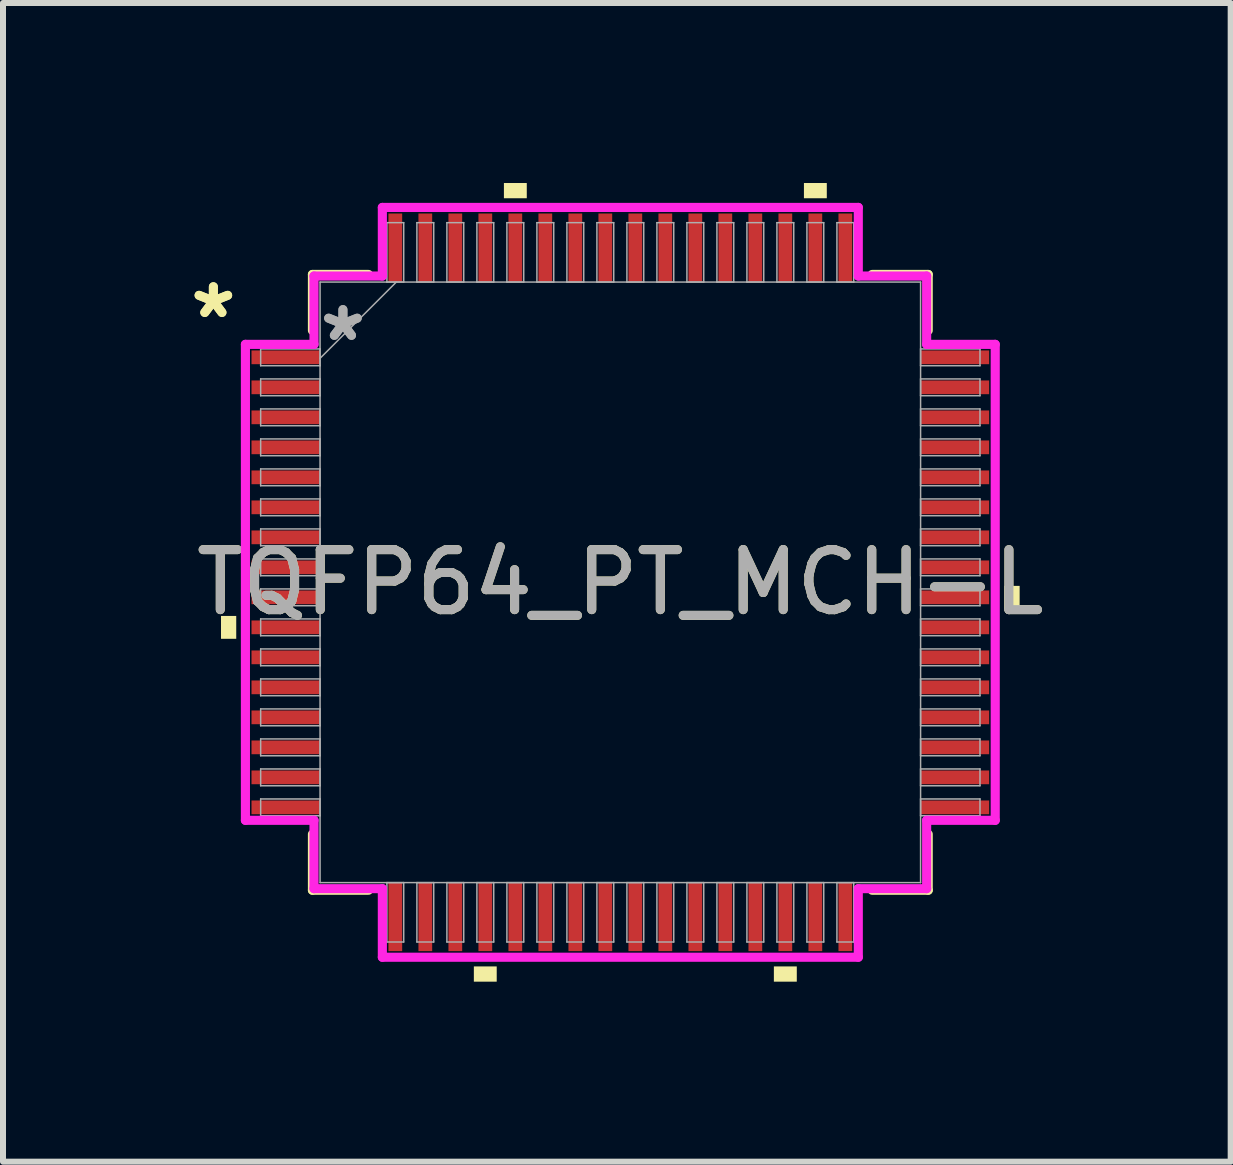
<source format=kicad_pcb>
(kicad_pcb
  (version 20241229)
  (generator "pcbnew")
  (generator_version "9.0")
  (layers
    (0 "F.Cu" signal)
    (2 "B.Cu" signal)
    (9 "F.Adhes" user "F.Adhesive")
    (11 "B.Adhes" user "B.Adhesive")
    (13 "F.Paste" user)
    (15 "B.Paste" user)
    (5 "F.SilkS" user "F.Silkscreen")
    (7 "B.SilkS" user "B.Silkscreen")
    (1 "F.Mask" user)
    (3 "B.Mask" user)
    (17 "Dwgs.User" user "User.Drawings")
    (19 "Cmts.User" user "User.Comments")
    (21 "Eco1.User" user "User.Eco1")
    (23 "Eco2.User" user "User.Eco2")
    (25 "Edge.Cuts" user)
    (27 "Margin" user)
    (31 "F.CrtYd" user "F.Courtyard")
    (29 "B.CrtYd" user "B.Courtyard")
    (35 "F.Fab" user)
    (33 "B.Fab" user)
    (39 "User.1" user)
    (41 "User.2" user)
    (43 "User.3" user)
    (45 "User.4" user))
  (footprint "TQFP64_PT_MCH-L"
    (layer "F.Cu")
    (at 7.288 6.655)
    (property "Reference" "TQFP64_PT_MCH-L" (at 0 0 0) (unlocked yes) (layer "F.SilkS") (effects (font (size 1 1) (thickness 0.15))))
    (attr smd)
    (fp_line (start -5.131 -5.131) (end -5.131 -4.197) (stroke (width 0.152) (type solid)) (layer "F.SilkS"))
    (fp_line (start -5.131 4.197) (end -5.131 5.131) (stroke (width 0.152) (type solid)) (layer "F.SilkS"))
    (fp_line (start -5.131 5.131) (end -4.197 5.131) (stroke (width 0.152) (type solid)) (layer "F.SilkS"))
    (fp_line (start -4.197 -5.131) (end -5.131 -5.131) (stroke (width 0.152) (type solid)) (layer "F.SilkS"))
    (fp_line (start 4.197 5.131) (end 5.131 5.131) (stroke (width 0.152) (type solid)) (layer "F.SilkS"))
    (fp_line (start 5.131 -5.131) (end 4.197 -5.131) (stroke (width 0.152) (type solid)) (layer "F.SilkS"))
    (fp_line (start 5.131 -4.197) (end 5.131 -5.131) (stroke (width 0.152) (type solid)) (layer "F.SilkS"))
    (fp_line (start 5.131 5.131) (end 5.131 4.197) (stroke (width 0.152) (type solid)) (layer "F.SilkS"))
    (fp_poly (pts (xy -6.655 0.56) (xy -6.655 0.941) (xy -6.401 0.941) (xy -6.401 0.56)) (stroke (width 0) (type solid)) (fill yes) (layer "F.SilkS"))
    (fp_poly (pts (xy -2.441 6.401) (xy -2.441 6.655) (xy -2.06 6.655) (xy -2.06 6.401)) (stroke (width 0) (type solid)) (fill yes) (layer "F.SilkS"))
    (fp_poly (pts (xy -1.94 -6.401) (xy -1.94 -6.655) (xy -1.559 -6.655) (xy -1.559 -6.401)) (stroke (width 0) (type solid)) (fill yes) (layer "F.SilkS"))
    (fp_poly (pts (xy 2.559 6.401) (xy 2.559 6.655) (xy 2.941 6.655) (xy 2.941 6.401)) (stroke (width 0) (type solid)) (fill yes) (layer "F.SilkS"))
    (fp_poly (pts (xy 3.06 -6.401) (xy 3.06 -6.655) (xy 3.441 -6.655) (xy 3.441 -6.401)) (stroke (width 0) (type solid)) (fill yes) (layer "F.SilkS"))
    (fp_poly (pts (xy 6.655 0.059) (xy 6.655 0.441) (xy 6.401 0.441) (xy 6.401 0.059)) (stroke (width 0) (type solid)) (fill yes) (layer "F.SilkS"))
    (fp_line (start -6.248 -3.966) (end -5.105 -3.966) (stroke (width 0.152) (type solid)) (layer "F.CrtYd"))
    (fp_line (start -6.248 3.966) (end -6.248 -3.966) (stroke (width 0.152) (type solid)) (layer "F.CrtYd"))
    (fp_line (start -5.105 -5.105) (end -3.966 -5.105) (stroke (width 0.152) (type solid)) (layer "F.CrtYd"))
    (fp_line (start -5.105 -3.966) (end -5.105 -5.105) (stroke (width 0.152) (type solid)) (layer "F.CrtYd"))
    (fp_line (start -5.105 3.966) (end -6.248 3.966) (stroke (width 0.152) (type solid)) (layer "F.CrtYd"))
    (fp_line (start -5.105 5.105) (end -5.105 3.966) (stroke (width 0.152) (type solid)) (layer "F.CrtYd"))
    (fp_line (start -5.105 5.105) (end -3.966 5.105) (stroke (width 0.152) (type solid)) (layer "F.CrtYd"))
    (fp_line (start -3.966 -6.248) (end 3.966 -6.248) (stroke (width 0.152) (type solid)) (layer "F.CrtYd"))
    (fp_line (start -3.966 -5.105) (end -3.966 -6.248) (stroke (width 0.152) (type solid)) (layer "F.CrtYd"))
    (fp_line (start -3.966 5.105) (end -3.966 6.248) (stroke (width 0.152) (type solid)) (layer "F.CrtYd"))
    (fp_line (start -3.966 6.248) (end 3.966 6.248) (stroke (width 0.152) (type solid)) (layer "F.CrtYd"))
    (fp_line (start 3.966 -6.248) (end 3.966 -5.105) (stroke (width 0.152) (type solid)) (layer "F.CrtYd"))
    (fp_line (start 3.966 -5.105) (end 5.105 -5.105) (stroke (width 0.152) (type solid)) (layer "F.CrtYd"))
    (fp_line (start 3.966 5.105) (end 5.105 5.105) (stroke (width 0.152) (type solid)) (layer "F.CrtYd"))
    (fp_line (start 3.966 6.248) (end 3.966 5.105) (stroke (width 0.152) (type solid)) (layer "F.CrtYd"))
    (fp_line (start 5.105 -3.966) (end 5.105 -5.105) (stroke (width 0.152) (type solid)) (layer "F.CrtYd"))
    (fp_line (start 5.105 3.966) (end 6.248 3.966) (stroke (width 0.152) (type solid)) (layer "F.CrtYd"))
    (fp_line (start 5.105 5.105) (end 5.105 3.966) (stroke (width 0.152) (type solid)) (layer "F.CrtYd"))
    (fp_line (start 6.248 -3.966) (end 5.105 -3.966) (stroke (width 0.152) (type solid)) (layer "F.CrtYd"))
    (fp_line (start 6.248 3.966) (end 6.248 -3.966) (stroke (width 0.152) (type solid)) (layer "F.CrtYd"))
    (fp_line (start -5.994 -3.89) (end -5.994 -3.61) (stroke (width 0.025) (type solid)) (layer "F.Fab"))
    (fp_line (start -5.994 -3.61) (end -5.004 -3.61) (stroke (width 0.025) (type solid)) (layer "F.Fab"))
    (fp_line (start -5.994 -3.39) (end -5.994 -3.11) (stroke (width 0.025) (type solid)) (layer "F.Fab"))
    (fp_line (start -5.994 -3.11) (end -5.004 -3.11) (stroke (width 0.025) (type solid)) (layer "F.Fab"))
    (fp_line (start -5.994 -2.89) (end -5.994 -2.61) (stroke (width 0.025) (type solid)) (layer "F.Fab"))
    (fp_line (start -5.994 -2.61) (end -5.004 -2.61) (stroke (width 0.025) (type solid)) (layer "F.Fab"))
    (fp_line (start -5.994 -2.39) (end -5.994 -2.11) (stroke (width 0.025) (type solid)) (layer "F.Fab"))
    (fp_line (start -5.994 -2.11) (end -5.004 -2.11) (stroke (width 0.025) (type solid)) (layer "F.Fab"))
    (fp_line (start -5.994 -1.89) (end -5.994 -1.61) (stroke (width 0.025) (type solid)) (layer "F.Fab"))
    (fp_line (start -5.994 -1.61) (end -5.004 -1.61) (stroke (width 0.025) (type solid)) (layer "F.Fab"))
    (fp_line (start -5.994 -1.39) (end -5.994 -1.11) (stroke (width 0.025) (type solid)) (layer "F.Fab"))
    (fp_line (start -5.994 -1.11) (end -5.004 -1.11) (stroke (width 0.025) (type solid)) (layer "F.Fab"))
    (fp_line (start -5.994 -0.89) (end -5.994 -0.61) (stroke (width 0.025) (type solid)) (layer "F.Fab"))
    (fp_line (start -5.994 -0.61) (end -5.004 -0.61) (stroke (width 0.025) (type solid)) (layer "F.Fab"))
    (fp_line (start -5.994 -0.39) (end -5.994 -0.11) (stroke (width 0.025) (type solid)) (layer "F.Fab"))
    (fp_line (start -5.994 -0.11) (end -5.004 -0.11) (stroke (width 0.025) (type solid)) (layer "F.Fab"))
    (fp_line (start -5.994 0.11) (end -5.994 0.39) (stroke (width 0.025) (type solid)) (layer "F.Fab"))
    (fp_line (start -5.994 0.39) (end -5.004 0.39) (stroke (width 0.025) (type solid)) (layer "F.Fab"))
    (fp_line (start -5.994 0.61) (end -5.994 0.89) (stroke (width 0.025) (type solid)) (layer "F.Fab"))
    (fp_line (start -5.994 0.89) (end -5.004 0.89) (stroke (width 0.025) (type solid)) (layer "F.Fab"))
    (fp_line (start -5.994 1.11) (end -5.994 1.39) (stroke (width 0.025) (type solid)) (layer "F.Fab"))
    (fp_line (start -5.994 1.39) (end -5.004 1.39) (stroke (width 0.025) (type solid)) (layer "F.Fab"))
    (fp_line (start -5.994 1.61) (end -5.994 1.89) (stroke (width 0.025) (type solid)) (layer "F.Fab"))
    (fp_line (start -5.994 1.89) (end -5.004 1.89) (stroke (width 0.025) (type solid)) (layer "F.Fab"))
    (fp_line (start -5.994 2.11) (end -5.994 2.39) (stroke (width 0.025) (type solid)) (layer "F.Fab"))
    (fp_line (start -5.994 2.39) (end -5.004 2.39) (stroke (width 0.025) (type solid)) (layer "F.Fab"))
    (fp_line (start -5.994 2.61) (end -5.994 2.89) (stroke (width 0.025) (type solid)) (layer "F.Fab"))
    (fp_line (start -5.994 2.89) (end -5.004 2.89) (stroke (width 0.025) (type solid)) (layer "F.Fab"))
    (fp_line (start -5.994 3.11) (end -5.994 3.39) (stroke (width 0.025) (type solid)) (layer "F.Fab"))
    (fp_line (start -5.994 3.39) (end -5.004 3.39) (stroke (width 0.025) (type solid)) (layer "F.Fab"))
    (fp_line (start -5.994 3.61) (end -5.994 3.89) (stroke (width 0.025) (type solid)) (layer "F.Fab"))
    (fp_line (start -5.994 3.89) (end -5.004 3.89) (stroke (width 0.025) (type solid)) (layer "F.Fab"))
    (fp_line (start -5.004 -5.004) (end -5.004 5.004) (stroke (width 0.025) (type solid)) (layer "F.Fab"))
    (fp_line (start -5.004 -3.89) (end -5.994 -3.89) (stroke (width 0.025) (type solid)) (layer "F.Fab"))
    (fp_line (start -5.004 -3.734) (end -3.734 -5.004) (stroke (width 0.025) (type solid)) (layer "F.Fab"))
    (fp_line (start -5.004 -3.61) (end -5.004 -3.89) (stroke (width 0.025) (type solid)) (layer "F.Fab"))
    (fp_line (start -5.004 -3.39) (end -5.994 -3.39) (stroke (width 0.025) (type solid)) (layer "F.Fab"))
    (fp_line (start -5.004 -3.11) (end -5.004 -3.39) (stroke (width 0.025) (type solid)) (layer "F.Fab"))
    (fp_line (start -5.004 -2.89) (end -5.994 -2.89) (stroke (width 0.025) (type solid)) (layer "F.Fab"))
    (fp_line (start -5.004 -2.61) (end -5.004 -2.89) (stroke (width 0.025) (type solid)) (layer "F.Fab"))
    (fp_line (start -5.004 -2.39) (end -5.994 -2.39) (stroke (width 0.025) (type solid)) (layer "F.Fab"))
    (fp_line (start -5.004 -2.11) (end -5.004 -2.39) (stroke (width 0.025) (type solid)) (layer "F.Fab"))
    (fp_line (start -5.004 -1.89) (end -5.994 -1.89) (stroke (width 0.025) (type solid)) (layer "F.Fab"))
    (fp_line (start -5.004 -1.61) (end -5.004 -1.89) (stroke (width 0.025) (type solid)) (layer "F.Fab"))
    (fp_line (start -5.004 -1.39) (end -5.994 -1.39) (stroke (width 0.025) (type solid)) (layer "F.Fab"))
    (fp_line (start -5.004 -1.11) (end -5.004 -1.39) (stroke (width 0.025) (type solid)) (layer "F.Fab"))
    (fp_line (start -5.004 -0.89) (end -5.994 -0.89) (stroke (width 0.025) (type solid)) (layer "F.Fab"))
    (fp_line (start -5.004 -0.61) (end -5.004 -0.89) (stroke (width 0.025) (type solid)) (layer "F.Fab"))
    (fp_line (start -5.004 -0.39) (end -5.994 -0.39) (stroke (width 0.025) (type solid)) (layer "F.Fab"))
    (fp_line (start -5.004 -0.11) (end -5.004 -0.39) (stroke (width 0.025) (type solid)) (layer "F.Fab"))
    (fp_line (start -5.004 0.11) (end -5.994 0.11) (stroke (width 0.025) (type solid)) (layer "F.Fab"))
    (fp_line (start -5.004 0.39) (end -5.004 0.11) (stroke (width 0.025) (type solid)) (layer "F.Fab"))
    (fp_line (start -5.004 0.61) (end -5.994 0.61) (stroke (width 0.025) (type solid)) (layer "F.Fab"))
    (fp_line (start -5.004 0.89) (end -5.004 0.61) (stroke (width 0.025) (type solid)) (layer "F.Fab"))
    (fp_line (start -5.004 1.11) (end -5.994 1.11) (stroke (width 0.025) (type solid)) (layer "F.Fab"))
    (fp_line (start -5.004 1.39) (end -5.004 1.11) (stroke (width 0.025) (type solid)) (layer "F.Fab"))
    (fp_line (start -5.004 1.61) (end -5.994 1.61) (stroke (width 0.025) (type solid)) (layer "F.Fab"))
    (fp_line (start -5.004 1.89) (end -5.004 1.61) (stroke (width 0.025) (type solid)) (layer "F.Fab"))
    (fp_line (start -5.004 2.11) (end -5.994 2.11) (stroke (width 0.025) (type solid)) (layer "F.Fab"))
    (fp_line (start -5.004 2.39) (end -5.004 2.11) (stroke (width 0.025) (type solid)) (layer "F.Fab"))
    (fp_line (start -5.004 2.61) (end -5.994 2.61) (stroke (width 0.025) (type solid)) (layer "F.Fab"))
    (fp_line (start -5.004 2.89) (end -5.004 2.61) (stroke (width 0.025) (type solid)) (layer "F.Fab"))
    (fp_line (start -5.004 3.11) (end -5.994 3.11) (stroke (width 0.025) (type solid)) (layer "F.Fab"))
    (fp_line (start -5.004 3.39) (end -5.004 3.11) (stroke (width 0.025) (type solid)) (layer "F.Fab"))
    (fp_line (start -5.004 3.61) (end -5.994 3.61) (stroke (width 0.025) (type solid)) (layer "F.Fab"))
    (fp_line (start -5.004 3.89) (end -5.004 3.61) (stroke (width 0.025) (type solid)) (layer "F.Fab"))
    (fp_line (start -5.004 5.004) (end 5.004 5.004) (stroke (width 0.025) (type solid)) (layer "F.Fab"))
    (fp_line (start -3.89 -5.994) (end -3.89 -5.004) (stroke (width 0.025) (type solid)) (layer "F.Fab"))
    (fp_line (start -3.89 -5.004) (end -3.61 -5.004) (stroke (width 0.025) (type solid)) (layer "F.Fab"))
    (fp_line (start -3.89 5.004) (end -3.89 5.994) (stroke (width 0.025) (type solid)) (layer "F.Fab"))
    (fp_line (start -3.89 5.994) (end -3.61 5.994) (stroke (width 0.025) (type solid)) (layer "F.Fab"))
    (fp_line (start -3.61 -5.994) (end -3.89 -5.994) (stroke (width 0.025) (type solid)) (layer "F.Fab"))
    (fp_line (start -3.61 -5.004) (end -3.61 -5.994) (stroke (width 0.025) (type solid)) (layer "F.Fab"))
    (fp_line (start -3.61 5.004) (end -3.89 5.004) (stroke (width 0.025) (type solid)) (layer "F.Fab"))
    (fp_line (start -3.61 5.994) (end -3.61 5.004) (stroke (width 0.025) (type solid)) (layer "F.Fab"))
    (fp_line (start -3.39 -5.994) (end -3.39 -5.004) (stroke (width 0.025) (type solid)) (layer "F.Fab"))
    (fp_line (start -3.39 -5.004) (end -3.11 -5.004) (stroke (width 0.025) (type solid)) (layer "F.Fab"))
    (fp_line (start -3.39 5.004) (end -3.39 5.994) (stroke (width 0.025) (type solid)) (layer "F.Fab"))
    (fp_line (start -3.39 5.994) (end -3.11 5.994) (stroke (width 0.025) (type solid)) (layer "F.Fab"))
    (fp_line (start -3.11 -5.994) (end -3.39 -5.994) (stroke (width 0.025) (type solid)) (layer "F.Fab"))
    (fp_line (start -3.11 -5.004) (end -3.11 -5.994) (stroke (width 0.025) (type solid)) (layer "F.Fab"))
    (fp_line (start -3.11 5.004) (end -3.39 5.004) (stroke (width 0.025) (type solid)) (layer "F.Fab"))
    (fp_line (start -3.11 5.994) (end -3.11 5.004) (stroke (width 0.025) (type solid)) (layer "F.Fab"))
    (fp_line (start -2.89 -5.994) (end -2.89 -5.004) (stroke (width 0.025) (type solid)) (layer "F.Fab"))
    (fp_line (start -2.89 -5.004) (end -2.61 -5.004) (stroke (width 0.025) (type solid)) (layer "F.Fab"))
    (fp_line (start -2.89 5.004) (end -2.89 5.994) (stroke (width 0.025) (type solid)) (layer "F.Fab"))
    (fp_line (start -2.89 5.994) (end -2.61 5.994) (stroke (width 0.025) (type solid)) (layer "F.Fab"))
    (fp_line (start -2.61 -5.994) (end -2.89 -5.994) (stroke (width 0.025) (type solid)) (layer "F.Fab"))
    (fp_line (start -2.61 -5.004) (end -2.61 -5.994) (stroke (width 0.025) (type solid)) (layer "F.Fab"))
    (fp_line (start -2.61 5.004) (end -2.89 5.004) (stroke (width 0.025) (type solid)) (layer "F.Fab"))
    (fp_line (start -2.61 5.994) (end -2.61 5.004) (stroke (width 0.025) (type solid)) (layer "F.Fab"))
    (fp_line (start -2.39 -5.994) (end -2.39 -5.004) (stroke (width 0.025) (type solid)) (layer "F.Fab"))
    (fp_line (start -2.39 -5.004) (end -2.11 -5.004) (stroke (width 0.025) (type solid)) (layer "F.Fab"))
    (fp_line (start -2.39 5.004) (end -2.39 5.994) (stroke (width 0.025) (type solid)) (layer "F.Fab"))
    (fp_line (start -2.39 5.994) (end -2.11 5.994) (stroke (width 0.025) (type solid)) (layer "F.Fab"))
    (fp_line (start -2.11 -5.994) (end -2.39 -5.994) (stroke (width 0.025) (type solid)) (layer "F.Fab"))
    (fp_line (start -2.11 -5.004) (end -2.11 -5.994) (stroke (width 0.025) (type solid)) (layer "F.Fab"))
    (fp_line (start -2.11 5.004) (end -2.39 5.004) (stroke (width 0.025) (type solid)) (layer "F.Fab"))
    (fp_line (start -2.11 5.994) (end -2.11 5.004) (stroke (width 0.025) (type solid)) (layer "F.Fab"))
    (fp_line (start -1.89 -5.994) (end -1.89 -5.004) (stroke (width 0.025) (type solid)) (layer "F.Fab"))
    (fp_line (start -1.89 -5.004) (end -1.61 -5.004) (stroke (width 0.025) (type solid)) (layer "F.Fab"))
    (fp_line (start -1.89 5.004) (end -1.89 5.994) (stroke (width 0.025) (type solid)) (layer "F.Fab"))
    (fp_line (start -1.89 5.994) (end -1.61 5.994) (stroke (width 0.025) (type solid)) (layer "F.Fab"))
    (fp_line (start -1.61 -5.994) (end -1.89 -5.994) (stroke (width 0.025) (type solid)) (layer "F.Fab"))
    (fp_line (start -1.61 -5.004) (end -1.61 -5.994) (stroke (width 0.025) (type solid)) (layer "F.Fab"))
    (fp_line (start -1.61 5.004) (end -1.89 5.004) (stroke (width 0.025) (type solid)) (layer "F.Fab"))
    (fp_line (start -1.61 5.994) (end -1.61 5.004) (stroke (width 0.025) (type solid)) (layer "F.Fab"))
    (fp_line (start -1.39 -5.994) (end -1.39 -5.004) (stroke (width 0.025) (type solid)) (layer "F.Fab"))
    (fp_line (start -1.39 -5.004) (end -1.11 -5.004) (stroke (width 0.025) (type solid)) (layer "F.Fab"))
    (fp_line (start -1.39 5.004) (end -1.39 5.994) (stroke (width 0.025) (type solid)) (layer "F.Fab"))
    (fp_line (start -1.39 5.994) (end -1.11 5.994) (stroke (width 0.025) (type solid)) (layer "F.Fab"))
    (fp_line (start -1.11 -5.994) (end -1.39 -5.994) (stroke (width 0.025) (type solid)) (layer "F.Fab"))
    (fp_line (start -1.11 -5.004) (end -1.11 -5.994) (stroke (width 0.025) (type solid)) (layer "F.Fab"))
    (fp_line (start -1.11 5.004) (end -1.39 5.004) (stroke (width 0.025) (type solid)) (layer "F.Fab"))
    (fp_line (start -1.11 5.994) (end -1.11 5.004) (stroke (width 0.025) (type solid)) (layer "F.Fab"))
    (fp_line (start -0.89 -5.994) (end -0.89 -5.004) (stroke (width 0.025) (type solid)) (layer "F.Fab"))
    (fp_line (start -0.89 -5.004) (end -0.61 -5.004) (stroke (width 0.025) (type solid)) (layer "F.Fab"))
    (fp_line (start -0.89 5.004) (end -0.89 5.994) (stroke (width 0.025) (type solid)) (layer "F.Fab"))
    (fp_line (start -0.89 5.994) (end -0.61 5.994) (stroke (width 0.025) (type solid)) (layer "F.Fab"))
    (fp_line (start -0.61 -5.994) (end -0.89 -5.994) (stroke (width 0.025) (type solid)) (layer "F.Fab"))
    (fp_line (start -0.61 -5.004) (end -0.61 -5.994) (stroke (width 0.025) (type solid)) (layer "F.Fab"))
    (fp_line (start -0.61 5.004) (end -0.89 5.004) (stroke (width 0.025) (type solid)) (layer "F.Fab"))
    (fp_line (start -0.61 5.994) (end -0.61 5.004) (stroke (width 0.025) (type solid)) (layer "F.Fab"))
    (fp_line (start -0.39 -5.994) (end -0.39 -5.004) (stroke (width 0.025) (type solid)) (layer "F.Fab"))
    (fp_line (start -0.39 -5.004) (end -0.11 -5.004) (stroke (width 0.025) (type solid)) (layer "F.Fab"))
    (fp_line (start -0.39 5.004) (end -0.39 5.994) (stroke (width 0.025) (type solid)) (layer "F.Fab"))
    (fp_line (start -0.39 5.994) (end -0.11 5.994) (stroke (width 0.025) (type solid)) (layer "F.Fab"))
    (fp_line (start -0.11 -5.994) (end -0.39 -5.994) (stroke (width 0.025) (type solid)) (layer "F.Fab"))
    (fp_line (start -0.11 -5.004) (end -0.11 -5.994) (stroke (width 0.025) (type solid)) (layer "F.Fab"))
    (fp_line (start -0.11 5.004) (end -0.39 5.004) (stroke (width 0.025) (type solid)) (layer "F.Fab"))
    (fp_line (start -0.11 5.994) (end -0.11 5.004) (stroke (width 0.025) (type solid)) (layer "F.Fab"))
    (fp_line (start 0.11 -5.994) (end 0.11 -5.004) (stroke (width 0.025) (type solid)) (layer "F.Fab"))
    (fp_line (start 0.11 -5.004) (end 0.39 -5.004) (stroke (width 0.025) (type solid)) (layer "F.Fab"))
    (fp_line (start 0.11 5.004) (end 0.11 5.994) (stroke (width 0.025) (type solid)) (layer "F.Fab"))
    (fp_line (start 0.11 5.994) (end 0.39 5.994) (stroke (width 0.025) (type solid)) (layer "F.Fab"))
    (fp_line (start 0.39 -5.994) (end 0.11 -5.994) (stroke (width 0.025) (type solid)) (layer "F.Fab"))
    (fp_line (start 0.39 -5.004) (end 0.39 -5.994) (stroke (width 0.025) (type solid)) (layer "F.Fab"))
    (fp_line (start 0.39 5.004) (end 0.11 5.004) (stroke (width 0.025) (type solid)) (layer "F.Fab"))
    (fp_line (start 0.39 5.994) (end 0.39 5.004) (stroke (width 0.025) (type solid)) (layer "F.Fab"))
    (fp_line (start 0.61 -5.994) (end 0.61 -5.004) (stroke (width 0.025) (type solid)) (layer "F.Fab"))
    (fp_line (start 0.61 -5.004) (end 0.89 -5.004) (stroke (width 0.025) (type solid)) (layer "F.Fab"))
    (fp_line (start 0.61 5.004) (end 0.61 5.994) (stroke (width 0.025) (type solid)) (layer "F.Fab"))
    (fp_line (start 0.61 5.994) (end 0.89 5.994) (stroke (width 0.025) (type solid)) (layer "F.Fab"))
    (fp_line (start 0.89 -5.994) (end 0.61 -5.994) (stroke (width 0.025) (type solid)) (layer "F.Fab"))
    (fp_line (start 0.89 -5.004) (end 0.89 -5.994) (stroke (width 0.025) (type solid)) (layer "F.Fab"))
    (fp_line (start 0.89 5.004) (end 0.61 5.004) (stroke (width 0.025) (type solid)) (layer "F.Fab"))
    (fp_line (start 0.89 5.994) (end 0.89 5.004) (stroke (width 0.025) (type solid)) (layer "F.Fab"))
    (fp_line (start 1.11 -5.994) (end 1.11 -5.004) (stroke (width 0.025) (type solid)) (layer "F.Fab"))
    (fp_line (start 1.11 -5.004) (end 1.39 -5.004) (stroke (width 0.025) (type solid)) (layer "F.Fab"))
    (fp_line (start 1.11 5.004) (end 1.11 5.994) (stroke (width 0.025) (type solid)) (layer "F.Fab"))
    (fp_line (start 1.11 5.994) (end 1.39 5.994) (stroke (width 0.025) (type solid)) (layer "F.Fab"))
    (fp_line (start 1.39 -5.994) (end 1.11 -5.994) (stroke (width 0.025) (type solid)) (layer "F.Fab"))
    (fp_line (start 1.39 -5.004) (end 1.39 -5.994) (stroke (width 0.025) (type solid)) (layer "F.Fab"))
    (fp_line (start 1.39 5.004) (end 1.11 5.004) (stroke (width 0.025) (type solid)) (layer "F.Fab"))
    (fp_line (start 1.39 5.994) (end 1.39 5.004) (stroke (width 0.025) (type solid)) (layer "F.Fab"))
    (fp_line (start 1.61 -5.994) (end 1.61 -5.004) (stroke (width 0.025) (type solid)) (layer "F.Fab"))
    (fp_line (start 1.61 -5.004) (end 1.89 -5.004) (stroke (width 0.025) (type solid)) (layer "F.Fab"))
    (fp_line (start 1.61 5.004) (end 1.61 5.994) (stroke (width 0.025) (type solid)) (layer "F.Fab"))
    (fp_line (start 1.61 5.994) (end 1.89 5.994) (stroke (width 0.025) (type solid)) (layer "F.Fab"))
    (fp_line (start 1.89 -5.994) (end 1.61 -5.994) (stroke (width 0.025) (type solid)) (layer "F.Fab"))
    (fp_line (start 1.89 -5.004) (end 1.89 -5.994) (stroke (width 0.025) (type solid)) (layer "F.Fab"))
    (fp_line (start 1.89 5.004) (end 1.61 5.004) (stroke (width 0.025) (type solid)) (layer "F.Fab"))
    (fp_line (start 1.89 5.994) (end 1.89 5.004) (stroke (width 0.025) (type solid)) (layer "F.Fab"))
    (fp_line (start 2.11 -5.994) (end 2.11 -5.004) (stroke (width 0.025) (type solid)) (layer "F.Fab"))
    (fp_line (start 2.11 -5.004) (end 2.39 -5.004) (stroke (width 0.025) (type solid)) (layer "F.Fab"))
    (fp_line (start 2.11 5.004) (end 2.11 5.994) (stroke (width 0.025) (type solid)) (layer "F.Fab"))
    (fp_line (start 2.11 5.994) (end 2.39 5.994) (stroke (width 0.025) (type solid)) (layer "F.Fab"))
    (fp_line (start 2.39 -5.994) (end 2.11 -5.994) (stroke (width 0.025) (type solid)) (layer "F.Fab"))
    (fp_line (start 2.39 -5.004) (end 2.39 -5.994) (stroke (width 0.025) (type solid)) (layer "F.Fab"))
    (fp_line (start 2.39 5.004) (end 2.11 5.004) (stroke (width 0.025) (type solid)) (layer "F.Fab"))
    (fp_line (start 2.39 5.994) (end 2.39 5.004) (stroke (width 0.025) (type solid)) (layer "F.Fab"))
    (fp_line (start 2.61 -5.994) (end 2.61 -5.004) (stroke (width 0.025) (type solid)) (layer "F.Fab"))
    (fp_line (start 2.61 -5.004) (end 2.89 -5.004) (stroke (width 0.025) (type solid)) (layer "F.Fab"))
    (fp_line (start 2.61 5.004) (end 2.61 5.994) (stroke (width 0.025) (type solid)) (layer "F.Fab"))
    (fp_line (start 2.61 5.994) (end 2.89 5.994) (stroke (width 0.025) (type solid)) (layer "F.Fab"))
    (fp_line (start 2.89 -5.994) (end 2.61 -5.994) (stroke (width 0.025) (type solid)) (layer "F.Fab"))
    (fp_line (start 2.89 -5.004) (end 2.89 -5.994) (stroke (width 0.025) (type solid)) (layer "F.Fab"))
    (fp_line (start 2.89 5.004) (end 2.61 5.004) (stroke (width 0.025) (type solid)) (layer "F.Fab"))
    (fp_line (start 2.89 5.994) (end 2.89 5.004) (stroke (width 0.025) (type solid)) (layer "F.Fab"))
    (fp_line (start 3.11 -5.994) (end 3.11 -5.004) (stroke (width 0.025) (type solid)) (layer "F.Fab"))
    (fp_line (start 3.11 -5.004) (end 3.39 -5.004) (stroke (width 0.025) (type solid)) (layer "F.Fab"))
    (fp_line (start 3.11 5.004) (end 3.11 5.994) (stroke (width 0.025) (type solid)) (layer "F.Fab"))
    (fp_line (start 3.11 5.994) (end 3.39 5.994) (stroke (width 0.025) (type solid)) (layer "F.Fab"))
    (fp_line (start 3.39 -5.994) (end 3.11 -5.994) (stroke (width 0.025) (type solid)) (layer "F.Fab"))
    (fp_line (start 3.39 -5.004) (end 3.39 -5.994) (stroke (width 0.025) (type solid)) (layer "F.Fab"))
    (fp_line (start 3.39 5.004) (end 3.11 5.004) (stroke (width 0.025) (type solid)) (layer "F.Fab"))
    (fp_line (start 3.39 5.994) (end 3.39 5.004) (stroke (width 0.025) (type solid)) (layer "F.Fab"))
    (fp_line (start 3.61 -5.994) (end 3.61 -5.004) (stroke (width 0.025) (type solid)) (layer "F.Fab"))
    (fp_line (start 3.61 -5.004) (end 3.89 -5.004) (stroke (width 0.025) (type solid)) (layer "F.Fab"))
    (fp_line (start 3.61 5.004) (end 3.61 5.994) (stroke (width 0.025) (type solid)) (layer "F.Fab"))
    (fp_line (start 3.61 5.994) (end 3.89 5.994) (stroke (width 0.025) (type solid)) (layer "F.Fab"))
    (fp_line (start 3.89 -5.994) (end 3.61 -5.994) (stroke (width 0.025) (type solid)) (layer "F.Fab"))
    (fp_line (start 3.89 -5.004) (end 3.89 -5.994) (stroke (width 0.025) (type solid)) (layer "F.Fab"))
    (fp_line (start 3.89 5.004) (end 3.61 5.004) (stroke (width 0.025) (type solid)) (layer "F.Fab"))
    (fp_line (start 3.89 5.994) (end 3.89 5.004) (stroke (width 0.025) (type solid)) (layer "F.Fab"))
    (fp_line (start 5.004 -5.004) (end -5.004 -5.004) (stroke (width 0.025) (type solid)) (layer "F.Fab"))
    (fp_line (start 5.004 -3.89) (end 5.004 -3.61) (stroke (width 0.025) (type solid)) (layer "F.Fab"))
    (fp_line (start 5.004 -3.61) (end 5.994 -3.61) (stroke (width 0.025) (type solid)) (layer "F.Fab"))
    (fp_line (start 5.004 -3.39) (end 5.004 -3.11) (stroke (width 0.025) (type solid)) (layer "F.Fab"))
    (fp_line (start 5.004 -3.11) (end 5.994 -3.11) (stroke (width 0.025) (type solid)) (layer "F.Fab"))
    (fp_line (start 5.004 -2.89) (end 5.004 -2.61) (stroke (width 0.025) (type solid)) (layer "F.Fab"))
    (fp_line (start 5.004 -2.61) (end 5.994 -2.61) (stroke (width 0.025) (type solid)) (layer "F.Fab"))
    (fp_line (start 5.004 -2.39) (end 5.004 -2.11) (stroke (width 0.025) (type solid)) (layer "F.Fab"))
    (fp_line (start 5.004 -2.11) (end 5.994 -2.11) (stroke (width 0.025) (type solid)) (layer "F.Fab"))
    (fp_line (start 5.004 -1.89) (end 5.004 -1.61) (stroke (width 0.025) (type solid)) (layer "F.Fab"))
    (fp_line (start 5.004 -1.61) (end 5.994 -1.61) (stroke (width 0.025) (type solid)) (layer "F.Fab"))
    (fp_line (start 5.004 -1.39) (end 5.004 -1.11) (stroke (width 0.025) (type solid)) (layer "F.Fab"))
    (fp_line (start 5.004 -1.11) (end 5.994 -1.11) (stroke (width 0.025) (type solid)) (layer "F.Fab"))
    (fp_line (start 5.004 -0.89) (end 5.004 -0.61) (stroke (width 0.025) (type solid)) (layer "F.Fab"))
    (fp_line (start 5.004 -0.61) (end 5.994 -0.61) (stroke (width 0.025) (type solid)) (layer "F.Fab"))
    (fp_line (start 5.004 -0.39) (end 5.004 -0.11) (stroke (width 0.025) (type solid)) (layer "F.Fab"))
    (fp_line (start 5.004 -0.11) (end 5.994 -0.11) (stroke (width 0.025) (type solid)) (layer "F.Fab"))
    (fp_line (start 5.004 0.11) (end 5.004 0.39) (stroke (width 0.025) (type solid)) (layer "F.Fab"))
    (fp_line (start 5.004 0.39) (end 5.994 0.39) (stroke (width 0.025) (type solid)) (layer "F.Fab"))
    (fp_line (start 5.004 0.61) (end 5.004 0.89) (stroke (width 0.025) (type solid)) (layer "F.Fab"))
    (fp_line (start 5.004 0.89) (end 5.994 0.89) (stroke (width 0.025) (type solid)) (layer "F.Fab"))
    (fp_line (start 5.004 1.11) (end 5.004 1.39) (stroke (width 0.025) (type solid)) (layer "F.Fab"))
    (fp_line (start 5.004 1.39) (end 5.994 1.39) (stroke (width 0.025) (type solid)) (layer "F.Fab"))
    (fp_line (start 5.004 1.61) (end 5.004 1.89) (stroke (width 0.025) (type solid)) (layer "F.Fab"))
    (fp_line (start 5.004 1.89) (end 5.994 1.89) (stroke (width 0.025) (type solid)) (layer "F.Fab"))
    (fp_line (start 5.004 2.11) (end 5.004 2.39) (stroke (width 0.025) (type solid)) (layer "F.Fab"))
    (fp_line (start 5.004 2.39) (end 5.994 2.39) (stroke (width 0.025) (type solid)) (layer "F.Fab"))
    (fp_line (start 5.004 2.61) (end 5.004 2.89) (stroke (width 0.025) (type solid)) (layer "F.Fab"))
    (fp_line (start 5.004 2.89) (end 5.994 2.89) (stroke (width 0.025) (type solid)) (layer "F.Fab"))
    (fp_line (start 5.004 3.11) (end 5.004 3.39) (stroke (width 0.025) (type solid)) (layer "F.Fab"))
    (fp_line (start 5.004 3.39) (end 5.994 3.39) (stroke (width 0.025) (type solid)) (layer "F.Fab"))
    (fp_line (start 5.004 3.61) (end 5.004 3.89) (stroke (width 0.025) (type solid)) (layer "F.Fab"))
    (fp_line (start 5.004 3.89) (end 5.994 3.89) (stroke (width 0.025) (type solid)) (layer "F.Fab"))
    (fp_line (start 5.004 5.004) (end 5.004 -5.004) (stroke (width 0.025) (type solid)) (layer "F.Fab"))
    (fp_line (start 5.994 -3.89) (end 5.004 -3.89) (stroke (width 0.025) (type solid)) (layer "F.Fab"))
    (fp_line (start 5.994 -3.61) (end 5.994 -3.89) (stroke (width 0.025) (type solid)) (layer "F.Fab"))
    (fp_line (start 5.994 -3.39) (end 5.004 -3.39) (stroke (width 0.025) (type solid)) (layer "F.Fab"))
    (fp_line (start 5.994 -3.11) (end 5.994 -3.39) (stroke (width 0.025) (type solid)) (layer "F.Fab"))
    (fp_line (start 5.994 -2.89) (end 5.004 -2.89) (stroke (width 0.025) (type solid)) (layer "F.Fab"))
    (fp_line (start 5.994 -2.61) (end 5.994 -2.89) (stroke (width 0.025) (type solid)) (layer "F.Fab"))
    (fp_line (start 5.994 -2.39) (end 5.004 -2.39) (stroke (width 0.025) (type solid)) (layer "F.Fab"))
    (fp_line (start 5.994 -2.11) (end 5.994 -2.39) (stroke (width 0.025) (type solid)) (layer "F.Fab"))
    (fp_line (start 5.994 -1.89) (end 5.004 -1.89) (stroke (width 0.025) (type solid)) (layer "F.Fab"))
    (fp_line (start 5.994 -1.61) (end 5.994 -1.89) (stroke (width 0.025) (type solid)) (layer "F.Fab"))
    (fp_line (start 5.994 -1.39) (end 5.004 -1.39) (stroke (width 0.025) (type solid)) (layer "F.Fab"))
    (fp_line (start 5.994 -1.11) (end 5.994 -1.39) (stroke (width 0.025) (type solid)) (layer "F.Fab"))
    (fp_line (start 5.994 -0.89) (end 5.004 -0.89) (stroke (width 0.025) (type solid)) (layer "F.Fab"))
    (fp_line (start 5.994 -0.61) (end 5.994 -0.89) (stroke (width 0.025) (type solid)) (layer "F.Fab"))
    (fp_line (start 5.994 -0.39) (end 5.004 -0.39) (stroke (width 0.025) (type solid)) (layer "F.Fab"))
    (fp_line (start 5.994 -0.11) (end 5.994 -0.39) (stroke (width 0.025) (type solid)) (layer "F.Fab"))
    (fp_line (start 5.994 0.11) (end 5.004 0.11) (stroke (width 0.025) (type solid)) (layer "F.Fab"))
    (fp_line (start 5.994 0.39) (end 5.994 0.11) (stroke (width 0.025) (type solid)) (layer "F.Fab"))
    (fp_line (start 5.994 0.61) (end 5.004 0.61) (stroke (width 0.025) (type solid)) (layer "F.Fab"))
    (fp_line (start 5.994 0.89) (end 5.994 0.61) (stroke (width 0.025) (type solid)) (layer "F.Fab"))
    (fp_line (start 5.994 1.11) (end 5.004 1.11) (stroke (width 0.025) (type solid)) (layer "F.Fab"))
    (fp_line (start 5.994 1.39) (end 5.994 1.11) (stroke (width 0.025) (type solid)) (layer "F.Fab"))
    (fp_line (start 5.994 1.61) (end 5.004 1.61) (stroke (width 0.025) (type solid)) (layer "F.Fab"))
    (fp_line (start 5.994 1.89) (end 5.994 1.61) (stroke (width 0.025) (type solid)) (layer "F.Fab"))
    (fp_line (start 5.994 2.11) (end 5.004 2.11) (stroke (width 0.025) (type solid)) (layer "F.Fab"))
    (fp_line (start 5.994 2.39) (end 5.994 2.11) (stroke (width 0.025) (type solid)) (layer "F.Fab"))
    (fp_line (start 5.994 2.61) (end 5.004 2.61) (stroke (width 0.025) (type solid)) (layer "F.Fab"))
    (fp_line (start 5.994 2.89) (end 5.994 2.61) (stroke (width 0.025) (type solid)) (layer "F.Fab"))
    (fp_line (start 5.994 3.11) (end 5.004 3.11) (stroke (width 0.025) (type solid)) (layer "F.Fab"))
    (fp_line (start 5.994 3.39) (end 5.994 3.11) (stroke (width 0.025) (type solid)) (layer "F.Fab"))
    (fp_line (start 5.994 3.61) (end 5.004 3.61) (stroke (width 0.025) (type solid)) (layer "F.Fab"))
    (fp_line (start 5.994 3.89) (end 5.994 3.61) (stroke (width 0.025) (type solid)) (layer "F.Fab"))
    (fp_text user "*" (at -6.782 -4.381 0) (unlocked yes) (layer "F.SilkS") (effects (font (size 1 1) (thickness 0.15))))
    (fp_text user "*" (at -6.782 -4.381 0) (layer "F.SilkS") (effects (font (size 1 1) (thickness 0.15))))
    (fp_text user "${REFERENCE}" (at 0 0 0) (unlocked yes) (layer "F.Fab") (effects (font (size 1 1) (thickness 0.15))))
    (fp_text user "*" (at -4.623 -4 0) (layer "F.Fab") (effects (font (size 1 1) (thickness 0.15))))
    (fp_text user "*" (at -4.623 -4 0) (unlocked yes) (layer "F.Fab") (effects (font (size 1 1) (thickness 0.15))))
    (pad "1" smd rect (at -5.575 -3.75 90) (size 0.229 1.143) (layers "F.Cu" "F.Mask" "F.Paste"))
    (pad "2" smd rect (at -5.575 -3.25 90) (size 0.229 1.143) (layers "F.Cu" "F.Mask" "F.Paste"))
    (pad "3" smd rect (at -5.575 -2.75 90) (size 0.229 1.143) (layers "F.Cu" "F.Mask" "F.Paste"))
    (pad "4" smd rect (at -5.575 -2.25 90) (size 0.229 1.143) (layers "F.Cu" "F.Mask" "F.Paste"))
    (pad "5" smd rect (at -5.575 -1.75 90) (size 0.229 1.143) (layers "F.Cu" "F.Mask" "F.Paste"))
    (pad "6" smd rect (at -5.575 -1.25 90) (size 0.229 1.143) (layers "F.Cu" "F.Mask" "F.Paste"))
    (pad "7" smd rect (at -5.575 -0.75 90) (size 0.229 1.143) (layers "F.Cu" "F.Mask" "F.Paste"))
    (pad "8" smd rect (at -5.575 -0.25 90) (size 0.229 1.143) (layers "F.Cu" "F.Mask" "F.Paste"))
    (pad "9" smd rect (at -5.575 0.25 90) (size 0.229 1.143) (layers "F.Cu" "F.Mask" "F.Paste"))
    (pad "10" smd rect (at -5.575 0.75 90) (size 0.229 1.143) (layers "F.Cu" "F.Mask" "F.Paste"))
    (pad "11" smd rect (at -5.575 1.25 90) (size 0.229 1.143) (layers "F.Cu" "F.Mask" "F.Paste"))
    (pad "12" smd rect (at -5.575 1.75 90) (size 0.229 1.143) (layers "F.Cu" "F.Mask" "F.Paste"))
    (pad "13" smd rect (at -5.575 2.25 90) (size 0.229 1.143) (layers "F.Cu" "F.Mask" "F.Paste"))
    (pad "14" smd rect (at -5.575 2.75 90) (size 0.229 1.143) (layers "F.Cu" "F.Mask" "F.Paste"))
    (pad "15" smd rect (at -5.575 3.25 90) (size 0.229 1.143) (layers "F.Cu" "F.Mask" "F.Paste"))
    (pad "16" smd rect (at -5.575 3.75 90) (size 0.229 1.143) (layers "F.Cu" "F.Mask" "F.Paste"))
    (pad "17" smd rect (at -3.75 5.575) (size 0.229 1.143) (layers "F.Cu" "F.Mask" "F.Paste"))
    (pad "18" smd rect (at -3.25 5.575) (size 0.229 1.143) (layers "F.Cu" "F.Mask" "F.Paste"))
    (pad "19" smd rect (at -2.75 5.575) (size 0.229 1.143) (layers "F.Cu" "F.Mask" "F.Paste"))
    (pad "20" smd rect (at -2.25 5.575) (size 0.229 1.143) (layers "F.Cu" "F.Mask" "F.Paste"))
    (pad "21" smd rect (at -1.75 5.575) (size 0.229 1.143) (layers "F.Cu" "F.Mask" "F.Paste"))
    (pad "22" smd rect (at -1.25 5.575) (size 0.229 1.143) (layers "F.Cu" "F.Mask" "F.Paste"))
    (pad "23" smd rect (at -0.75 5.575) (size 0.229 1.143) (layers "F.Cu" "F.Mask" "F.Paste"))
    (pad "24" smd rect (at -0.25 5.575) (size 0.229 1.143) (layers "F.Cu" "F.Mask" "F.Paste"))
    (pad "25" smd rect (at 0.25 5.575) (size 0.229 1.143) (layers "F.Cu" "F.Mask" "F.Paste"))
    (pad "26" smd rect (at 0.75 5.575) (size 0.229 1.143) (layers "F.Cu" "F.Mask" "F.Paste"))
    (pad "27" smd rect (at 1.25 5.575) (size 0.229 1.143) (layers "F.Cu" "F.Mask" "F.Paste"))
    (pad "28" smd rect (at 1.75 5.575) (size 0.229 1.143) (layers "F.Cu" "F.Mask" "F.Paste"))
    (pad "29" smd rect (at 2.25 5.575) (size 0.229 1.143) (layers "F.Cu" "F.Mask" "F.Paste"))
    (pad "30" smd rect (at 2.75 5.575) (size 0.229 1.143) (layers "F.Cu" "F.Mask" "F.Paste"))
    (pad "31" smd rect (at 3.25 5.575) (size 0.229 1.143) (layers "F.Cu" "F.Mask" "F.Paste"))
    (pad "32" smd rect (at 3.75 5.575) (size 0.229 1.143) (layers "F.Cu" "F.Mask" "F.Paste"))
    (pad "33" smd rect (at 5.575 3.75 90) (size 0.229 1.143) (layers "F.Cu" "F.Mask" "F.Paste"))
    (pad "34" smd rect (at 5.575 3.25 90) (size 0.229 1.143) (layers "F.Cu" "F.Mask" "F.Paste"))
    (pad "35" smd rect (at 5.575 2.75 90) (size 0.229 1.143) (layers "F.Cu" "F.Mask" "F.Paste"))
    (pad "36" smd rect (at 5.575 2.25 90) (size 0.229 1.143) (layers "F.Cu" "F.Mask" "F.Paste"))
    (pad "37" smd rect (at 5.575 1.75 90) (size 0.229 1.143) (layers "F.Cu" "F.Mask" "F.Paste"))
    (pad "38" smd rect (at 5.575 1.25 90) (size 0.229 1.143) (layers "F.Cu" "F.Mask" "F.Paste"))
    (pad "39" smd rect (at 5.575 0.75 90) (size 0.229 1.143) (layers "F.Cu" "F.Mask" "F.Paste"))
    (pad "40" smd rect (at 5.575 0.25 90) (size 0.229 1.143) (layers "F.Cu" "F.Mask" "F.Paste"))
    (pad "41" smd rect (at 5.575 -0.25 90) (size 0.229 1.143) (layers "F.Cu" "F.Mask" "F.Paste"))
    (pad "42" smd rect (at 5.575 -0.75 90) (size 0.229 1.143) (layers "F.Cu" "F.Mask" "F.Paste"))
    (pad "43" smd rect (at 5.575 -1.25 90) (size 0.229 1.143) (layers "F.Cu" "F.Mask" "F.Paste"))
    (pad "44" smd rect (at 5.575 -1.75 90) (size 0.229 1.143) (layers "F.Cu" "F.Mask" "F.Paste"))
    (pad "45" smd rect (at 5.575 -2.25 90) (size 0.229 1.143) (layers "F.Cu" "F.Mask" "F.Paste"))
    (pad "46" smd rect (at 5.575 -2.75 90) (size 0.229 1.143) (layers "F.Cu" "F.Mask" "F.Paste"))
    (pad "47" smd rect (at 5.575 -3.25 90) (size 0.229 1.143) (layers "F.Cu" "F.Mask" "F.Paste"))
    (pad "48" smd rect (at 5.575 -3.75 90) (size 0.229 1.143) (layers "F.Cu" "F.Mask" "F.Paste"))
    (pad "49" smd rect (at 3.75 -5.575) (size 0.229 1.143) (layers "F.Cu" "F.Mask" "F.Paste"))
    (pad "50" smd rect (at 3.25 -5.575) (size 0.229 1.143) (layers "F.Cu" "F.Mask" "F.Paste"))
    (pad "51" smd rect (at 2.75 -5.575) (size 0.229 1.143) (layers "F.Cu" "F.Mask" "F.Paste"))
    (pad "52" smd rect (at 2.25 -5.575) (size 0.229 1.143) (layers "F.Cu" "F.Mask" "F.Paste"))
    (pad "53" smd rect (at 1.75 -5.575) (size 0.229 1.143) (layers "F.Cu" "F.Mask" "F.Paste"))
    (pad "54" smd rect (at 1.25 -5.575) (size 0.229 1.143) (layers "F.Cu" "F.Mask" "F.Paste"))
    (pad "55" smd rect (at 0.75 -5.575) (size 0.229 1.143) (layers "F.Cu" "F.Mask" "F.Paste"))
    (pad "56" smd rect (at 0.25 -5.575) (size 0.229 1.143) (layers "F.Cu" "F.Mask" "F.Paste"))
    (pad "57" smd rect (at -0.25 -5.575) (size 0.229 1.143) (layers "F.Cu" "F.Mask" "F.Paste"))
    (pad "58" smd rect (at -0.75 -5.575) (size 0.229 1.143) (layers "F.Cu" "F.Mask" "F.Paste"))
    (pad "59" smd rect (at -1.25 -5.575) (size 0.229 1.143) (layers "F.Cu" "F.Mask" "F.Paste"))
    (pad "60" smd rect (at -1.75 -5.575) (size 0.229 1.143) (layers "F.Cu" "F.Mask" "F.Paste"))
    (pad "61" smd rect (at -2.25 -5.575) (size 0.229 1.143) (layers "F.Cu" "F.Mask" "F.Paste"))
    (pad "62" smd rect (at -2.75 -5.575) (size 0.229 1.143) (layers "F.Cu" "F.Mask" "F.Paste"))
    (pad "63" smd rect (at -3.25 -5.575) (size 0.229 1.143) (layers "F.Cu" "F.Mask" "F.Paste"))
    (pad "64" smd rect (at -3.75 -5.575) (size 0.229 1.143) (layers "F.Cu" "F.Mask" "F.Paste")))
  (gr_rect
    (start -3 -3)
    (end 17.46 16.31)
    (stroke (width 0.1) (type default))
    (fill no)
    (layer "Edge.Cuts")))
</source>
